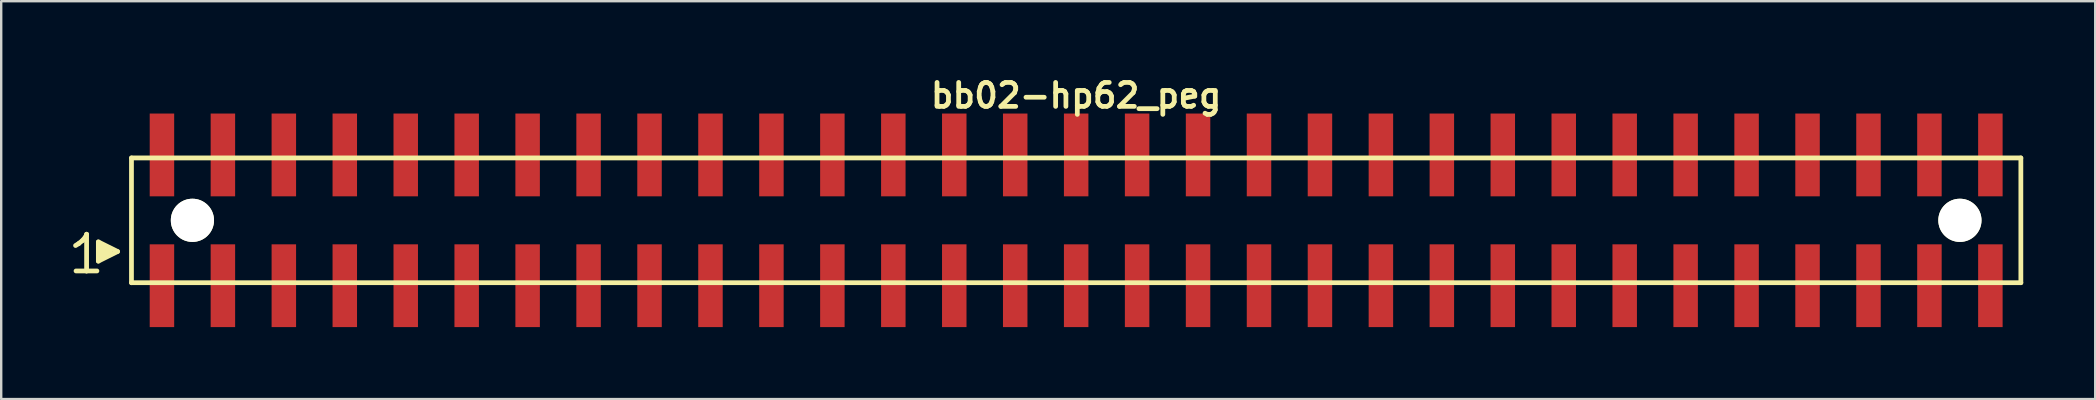
<source format=kicad_pcb>
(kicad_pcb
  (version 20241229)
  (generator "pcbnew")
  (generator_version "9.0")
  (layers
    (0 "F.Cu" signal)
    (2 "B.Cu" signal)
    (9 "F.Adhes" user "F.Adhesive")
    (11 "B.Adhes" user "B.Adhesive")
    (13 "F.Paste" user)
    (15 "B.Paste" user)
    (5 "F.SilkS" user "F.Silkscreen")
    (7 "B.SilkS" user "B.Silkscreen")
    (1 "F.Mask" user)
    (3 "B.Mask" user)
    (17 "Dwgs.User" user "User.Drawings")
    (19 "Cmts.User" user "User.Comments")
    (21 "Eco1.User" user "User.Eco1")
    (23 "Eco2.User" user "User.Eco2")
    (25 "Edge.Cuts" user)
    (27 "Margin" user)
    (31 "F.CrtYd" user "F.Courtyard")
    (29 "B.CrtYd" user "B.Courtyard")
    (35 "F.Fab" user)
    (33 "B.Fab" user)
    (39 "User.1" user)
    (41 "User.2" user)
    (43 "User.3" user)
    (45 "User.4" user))
  (footprint "bb02-hp62_peg"
    (layer "F.Cu")
    (at 41.799 6.132)
    (property "Reference" "bb02-hp62_peg" (at 0 -5.2 0) (layer "F.SilkS") (effects (font (size 0.998 0.998) (thickness 0.198))))
    (attr through_hole)
    (fp_line (start -41.7 1.05) (end -41.57 0.97) (stroke (width 0.198) (type solid)) (layer "F.SilkS"))
    (fp_line (start -41.57 0.97) (end -41.41 0.84) (stroke (width 0.198) (type solid)) (layer "F.SilkS"))
    (fp_line (start -41.41 0.84) (end -41.27 0.67) (stroke (width 0.198) (type solid)) (layer "F.SilkS"))
    (fp_line (start -41.27 0.67) (end -41.24 0.58) (stroke (width 0.198) (type solid)) (layer "F.SilkS"))
    (fp_line (start -41.24 0.58) (end -41.24 2.11) (stroke (width 0.198) (type solid)) (layer "F.SilkS"))
    (fp_line (start -41.24 2.11) (end -41.68 2.11) (stroke (width 0.198) (type solid)) (layer "F.SilkS"))
    (fp_line (start -40.81 2.11) (end -41.25 2.11) (stroke (width 0.198) (type solid)) (layer "F.SilkS"))
    (fp_line (start -40.75 0.9) (end -39.95 1.3) (stroke (width 0.198) (type solid)) (layer "F.SilkS"))
    (fp_line (start -40.75 1.7) (end -40.75 0.9) (stroke (width 0.198) (type solid)) (layer "F.SilkS"))
    (fp_line (start -40.65 1.6) (end -40.65 1) (stroke (width 0.198) (type solid)) (layer "F.SilkS"))
    (fp_line (start -40.55 1.1) (end -40.55 1.5) (stroke (width 0.198) (type solid)) (layer "F.SilkS"))
    (fp_line (start -40.45 1.5) (end -40.45 1.1) (stroke (width 0.198) (type solid)) (layer "F.SilkS"))
    (fp_line (start -40.35 1.2) (end -40.35 1.4) (stroke (width 0.198) (type solid)) (layer "F.SilkS"))
    (fp_line (start -40.25 1.4) (end -40.25 1.2) (stroke (width 0.198) (type solid)) (layer "F.SilkS"))
    (fp_line (start -39.95 1.3) (end -40.75 1.7) (stroke (width 0.198) (type solid)) (layer "F.SilkS"))
    (fp_line (start -39.37 -2.6) (end -39.37 2.6) (stroke (width 0.198) (type solid)) (layer "F.SilkS"))
    (fp_line (start -39.37 -2.6) (end 39.37 -2.6) (stroke (width 0.198) (type solid)) (layer "F.SilkS"))
    (fp_line (start 39.37 2.6) (end -39.37 2.6) (stroke (width 0.198) (type solid)) (layer "F.SilkS"))
    (fp_line (start 39.37 2.6) (end 39.37 -2.6) (stroke (width 0.198) (type solid)) (layer "F.SilkS"))
    (pad "" np_thru_hole circle (at -36.83 0) (size 1.8 1.8) (drill 1.8) (layers "*.Cu" "*.Mask" "F.SilkS"))
    (pad "" np_thru_hole circle (at 36.83 0) (size 1.8 1.8) (drill 1.8) (layers "*.Cu" "*.Mask" "F.SilkS"))
    (pad "1" smd rect (at -38.1 2.725) (size 1.02 3.45) (layers "F.Cu" "F.Mask" "F.Paste"))
    (pad "2" smd rect (at -38.1 -2.725) (size 1.02 3.45) (layers "F.Cu" "F.Mask" "F.Paste"))
    (pad "3" smd rect (at -35.56 2.725) (size 1.02 3.45) (layers "F.Cu" "F.Mask" "F.Paste"))
    (pad "4" smd rect (at -35.56 -2.725) (size 1.02 3.45) (layers "F.Cu" "F.Mask" "F.Paste"))
    (pad "5" smd rect (at -33.02 2.725) (size 1.02 3.45) (layers "F.Cu" "F.Mask" "F.Paste"))
    (pad "6" smd rect (at -33.02 -2.725) (size 1.02 3.45) (layers "F.Cu" "F.Mask" "F.Paste"))
    (pad "7" smd rect (at -30.48 2.725) (size 1.02 3.45) (layers "F.Cu" "F.Mask" "F.Paste"))
    (pad "8" smd rect (at -30.48 -2.725) (size 1.02 3.45) (layers "F.Cu" "F.Mask" "F.Paste"))
    (pad "9" smd rect (at -27.94 2.725) (size 1.02 3.45) (layers "F.Cu" "F.Mask" "F.Paste"))
    (pad "10" smd rect (at -27.94 -2.725) (size 1.02 3.45) (layers "F.Cu" "F.Mask" "F.Paste"))
    (pad "11" smd rect (at -25.4 2.725) (size 1.02 3.45) (layers "F.Cu" "F.Mask" "F.Paste"))
    (pad "12" smd rect (at -25.4 -2.725) (size 1.02 3.45) (layers "F.Cu" "F.Mask" "F.Paste"))
    (pad "13" smd rect (at -22.86 2.725) (size 1.02 3.45) (layers "F.Cu" "F.Mask" "F.Paste"))
    (pad "14" smd rect (at -22.86 -2.725) (size 1.02 3.45) (layers "F.Cu" "F.Mask" "F.Paste"))
    (pad "15" smd rect (at -20.32 2.725) (size 1.02 3.45) (layers "F.Cu" "F.Mask" "F.Paste"))
    (pad "16" smd rect (at -20.32 -2.725) (size 1.02 3.45) (layers "F.Cu" "F.Mask" "F.Paste"))
    (pad "17" smd rect (at -17.78 2.725) (size 1.02 3.45) (layers "F.Cu" "F.Mask" "F.Paste"))
    (pad "18" smd rect (at -17.78 -2.725) (size 1.02 3.45) (layers "F.Cu" "F.Mask" "F.Paste"))
    (pad "19" smd rect (at -15.24 2.725) (size 1.02 3.45) (layers "F.Cu" "F.Mask" "F.Paste"))
    (pad "20" smd rect (at -15.24 -2.725) (size 1.02 3.45) (layers "F.Cu" "F.Mask" "F.Paste"))
    (pad "21" smd rect (at -12.7 2.725) (size 1.02 3.45) (layers "F.Cu" "F.Mask" "F.Paste"))
    (pad "22" smd rect (at -12.7 -2.725) (size 1.02 3.45) (layers "F.Cu" "F.Mask" "F.Paste"))
    (pad "23" smd rect (at -10.16 2.725) (size 1.02 3.45) (layers "F.Cu" "F.Mask" "F.Paste"))
    (pad "24" smd rect (at -10.16 -2.725) (size 1.02 3.45) (layers "F.Cu" "F.Mask" "F.Paste"))
    (pad "25" smd rect (at -7.62 2.725) (size 1.02 3.45) (layers "F.Cu" "F.Mask" "F.Paste"))
    (pad "26" smd rect (at -7.62 -2.725) (size 1.02 3.45) (layers "F.Cu" "F.Mask" "F.Paste"))
    (pad "27" smd rect (at -5.08 2.725) (size 1.02 3.45) (layers "F.Cu" "F.Mask" "F.Paste"))
    (pad "28" smd rect (at -5.08 -2.725) (size 1.02 3.45) (layers "F.Cu" "F.Mask" "F.Paste"))
    (pad "29" smd rect (at -2.54 2.725) (size 1.02 3.45) (layers "F.Cu" "F.Mask" "F.Paste"))
    (pad "30" smd rect (at -2.54 -2.725) (size 1.02 3.45) (layers "F.Cu" "F.Mask" "F.Paste"))
    (pad "31" smd rect (at 0 2.725) (size 1.02 3.45) (layers "F.Cu" "F.Mask" "F.Paste"))
    (pad "32" smd rect (at 0 -2.725) (size 1.02 3.45) (layers "F.Cu" "F.Mask" "F.Paste"))
    (pad "33" smd rect (at 2.54 2.725) (size 1.02 3.45) (layers "F.Cu" "F.Mask" "F.Paste"))
    (pad "34" smd rect (at 2.54 -2.725) (size 1.02 3.45) (layers "F.Cu" "F.Mask" "F.Paste"))
    (pad "35" smd rect (at 5.08 2.725) (size 1.02 3.45) (layers "F.Cu" "F.Mask" "F.Paste"))
    (pad "36" smd rect (at 5.08 -2.725) (size 1.02 3.45) (layers "F.Cu" "F.Mask" "F.Paste"))
    (pad "37" smd rect (at 7.62 2.725) (size 1.02 3.45) (layers "F.Cu" "F.Mask" "F.Paste"))
    (pad "38" smd rect (at 7.62 -2.725) (size 1.02 3.45) (layers "F.Cu" "F.Mask" "F.Paste"))
    (pad "39" smd rect (at 10.16 2.725) (size 1.02 3.45) (layers "F.Cu" "F.Mask" "F.Paste"))
    (pad "40" smd rect (at 10.16 -2.725) (size 1.02 3.45) (layers "F.Cu" "F.Mask" "F.Paste"))
    (pad "41" smd rect (at 12.7 2.725) (size 1.02 3.45) (layers "F.Cu" "F.Mask" "F.Paste"))
    (pad "42" smd rect (at 12.7 -2.725) (size 1.02 3.45) (layers "F.Cu" "F.Mask" "F.Paste"))
    (pad "43" smd rect (at 15.24 2.725) (size 1.02 3.45) (layers "F.Cu" "F.Mask" "F.Paste"))
    (pad "44" smd rect (at 15.24 -2.725) (size 1.02 3.45) (layers "F.Cu" "F.Mask" "F.Paste"))
    (pad "45" smd rect (at 17.78 2.725) (size 1.02 3.45) (layers "F.Cu" "F.Mask" "F.Paste"))
    (pad "46" smd rect (at 17.78 -2.725) (size 1.02 3.45) (layers "F.Cu" "F.Mask" "F.Paste"))
    (pad "47" smd rect (at 20.32 2.725) (size 1.02 3.45) (layers "F.Cu" "F.Mask" "F.Paste"))
    (pad "48" smd rect (at 20.32 -2.725) (size 1.02 3.45) (layers "F.Cu" "F.Mask" "F.Paste"))
    (pad "49" smd rect (at 22.86 2.725) (size 1.02 3.45) (layers "F.Cu" "F.Mask" "F.Paste"))
    (pad "50" smd rect (at 22.86 -2.725) (size 1.02 3.45) (layers "F.Cu" "F.Mask" "F.Paste"))
    (pad "51" smd rect (at 25.4 2.725) (size 1.02 3.45) (layers "F.Cu" "F.Mask" "F.Paste"))
    (pad "52" smd rect (at 25.4 -2.725) (size 1.02 3.45) (layers "F.Cu" "F.Mask" "F.Paste"))
    (pad "53" smd rect (at 27.94 2.725) (size 1.02 3.45) (layers "F.Cu" "F.Mask" "F.Paste"))
    (pad "54" smd rect (at 27.94 -2.725) (size 1.02 3.45) (layers "F.Cu" "F.Mask" "F.Paste"))
    (pad "55" smd rect (at 30.48 2.725) (size 1.02 3.45) (layers "F.Cu" "F.Mask" "F.Paste"))
    (pad "56" smd rect (at 30.48 -2.725) (size 1.02 3.45) (layers "F.Cu" "F.Mask" "F.Paste"))
    (pad "57" smd rect (at 33.02 2.725) (size 1.02 3.45) (layers "F.Cu" "F.Mask" "F.Paste"))
    (pad "58" smd rect (at 33.02 -2.725) (size 1.02 3.45) (layers "F.Cu" "F.Mask" "F.Paste"))
    (pad "59" smd rect (at 35.56 2.725) (size 1.02 3.45) (layers "F.Cu" "F.Mask" "F.Paste"))
    (pad "60" smd rect (at 35.56 -2.725) (size 1.02 3.45) (layers "F.Cu" "F.Mask" "F.Paste"))
    (pad "61" smd rect (at 38.1 2.725) (size 1.02 3.45) (layers "F.Cu" "F.Mask" "F.Paste"))
    (pad "62" smd rect (at 38.1 -2.725) (size 1.02 3.45) (layers "F.Cu" "F.Mask" "F.Paste")))
  (gr_rect
    (start -3 -3)
    (end 84.268 13.582)
    (stroke (width 0.1) (type default))
    (fill no)
    (layer "Edge.Cuts")))
</source>
